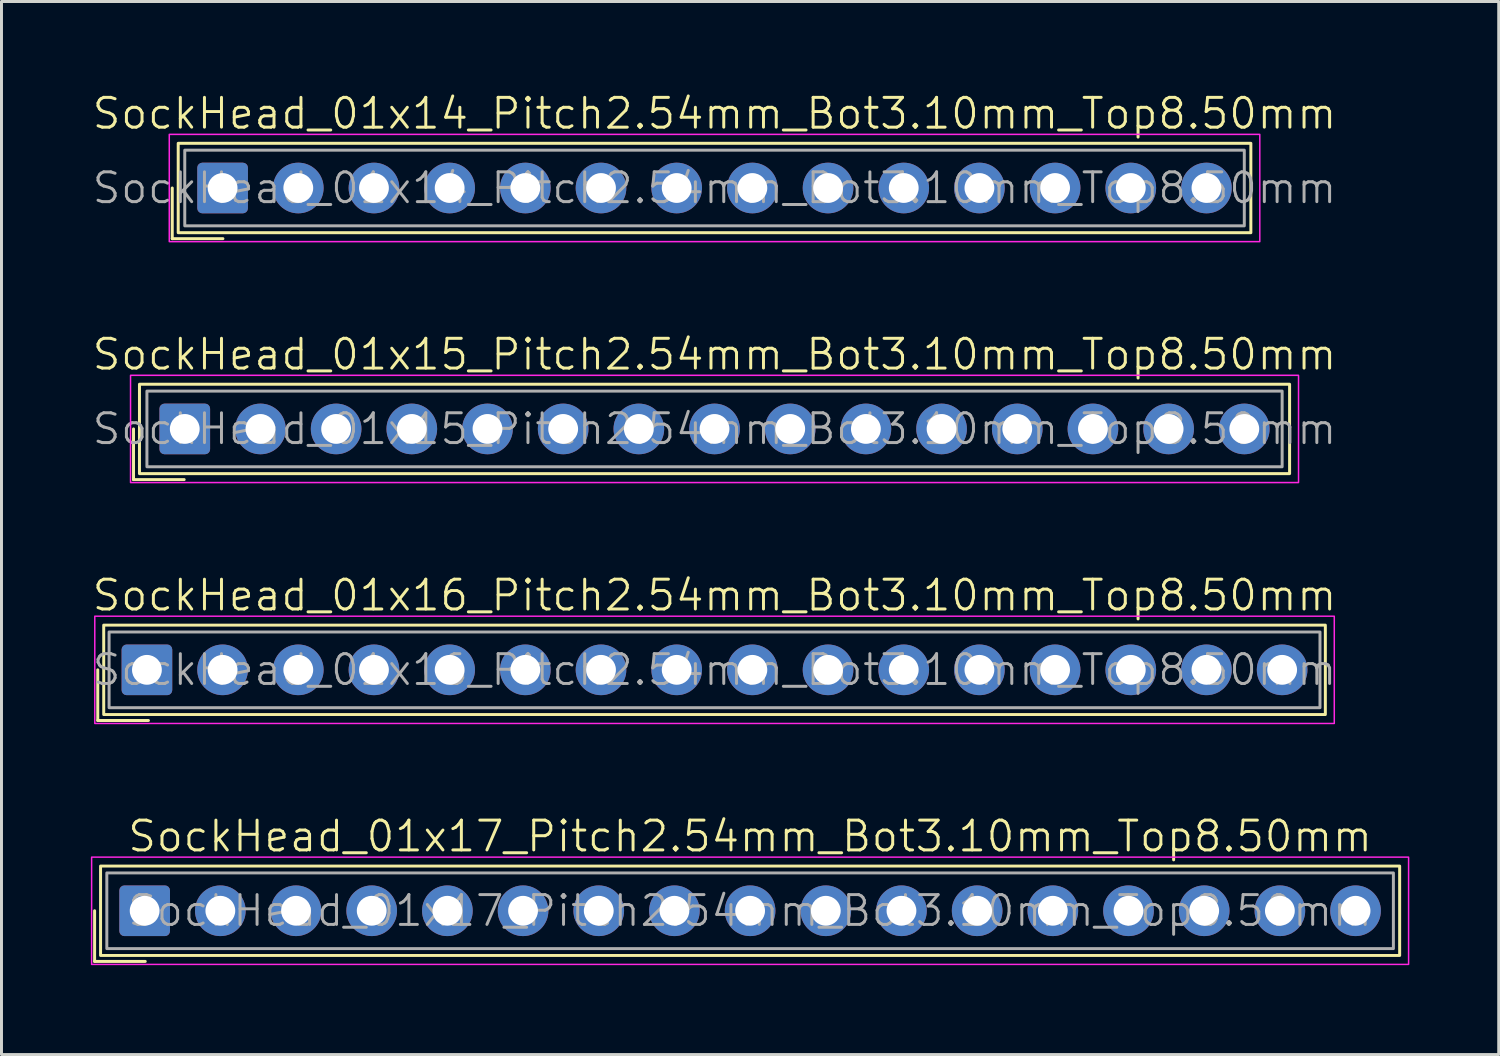
<source format=kicad_pcb>
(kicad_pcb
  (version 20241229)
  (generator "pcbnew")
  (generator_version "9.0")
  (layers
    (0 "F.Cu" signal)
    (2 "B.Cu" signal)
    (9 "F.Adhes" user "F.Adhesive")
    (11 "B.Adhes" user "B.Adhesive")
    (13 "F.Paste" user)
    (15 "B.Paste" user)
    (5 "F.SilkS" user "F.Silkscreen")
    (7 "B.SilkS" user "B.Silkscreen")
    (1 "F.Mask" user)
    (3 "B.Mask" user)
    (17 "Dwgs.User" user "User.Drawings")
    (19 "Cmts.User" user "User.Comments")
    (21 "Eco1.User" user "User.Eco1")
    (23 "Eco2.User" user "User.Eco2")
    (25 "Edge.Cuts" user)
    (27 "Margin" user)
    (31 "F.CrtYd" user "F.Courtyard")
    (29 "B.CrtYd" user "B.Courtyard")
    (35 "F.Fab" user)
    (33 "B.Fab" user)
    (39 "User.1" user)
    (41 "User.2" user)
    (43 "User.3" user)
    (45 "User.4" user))
  (footprint "SockHead_01x15_Pitch2.54mm_Bot3.10mm_Top8.50mm"
    (layer "F.Cu")
    (at 20.931 11.346)
    (property "Reference" "SockHead_01x15_Pitch2.54mm_Bot3.10mm_Top8.50mm" (at 0 -2.5 0) (unlocked yes) (layer "F.SilkS") (effects (font (size 1 1) (thickness 0.1))))
    (attr through_hole)
    (fp_line (start -19.5 0) (end -19.5 1.7) (stroke (width 0.1) (type default)) (layer "F.SilkS"))
    (fp_line (start -19.5 1.7) (end -17.8 1.7) (stroke (width 0.1) (type default)) (layer "F.SilkS"))
    (fp_rect (start -19.3 -1.5) (end 19.3 1.5) (stroke (width 0.1) (type default)) (fill no) (layer "F.SilkS"))
    (fp_rect (start -19.6 1.8) (end 19.6 -1.8) (stroke (width 0.05) (type default)) (fill no) (layer "F.CrtYd"))
    (fp_rect (start -19.05 -1.27) (end 19.05 1.27) (stroke (width 0.1) (type default)) (fill no) (layer "F.Fab"))
    (fp_text user "${REFERENCE}" (at 0 0 0) (unlocked yes) (layer "F.Fab") (effects (font (size 1 1) (thickness 0.1))))
    (pad "1" thru_hole roundrect (at -17.78 0) (size 1.7 1.7) (drill 1) (layers "*.Cu" "*.Mask") (roundrect_rratio 0.1))
    (pad "2" thru_hole circle (at -15.24 0) (size 1.7 1.7) (drill 1) (layers "*.Cu" "*.Mask"))
    (pad "3" thru_hole circle (at -12.7 0) (size 1.7 1.7) (drill 1) (layers "*.Cu" "*.Mask"))
    (pad "4" thru_hole circle (at -10.16 0) (size 1.7 1.7) (drill 1) (layers "*.Cu" "*.Mask"))
    (pad "5" thru_hole circle (at -7.62 0) (size 1.7 1.7) (drill 1) (layers "*.Cu" "*.Mask"))
    (pad "6" thru_hole circle (at -5.08 0) (size 1.7 1.7) (drill 1) (layers "*.Cu" "*.Mask"))
    (pad "7" thru_hole circle (at -2.54 0) (size 1.7 1.7) (drill 1) (layers "*.Cu" "*.Mask"))
    (pad "8" thru_hole circle (at 0 0) (size 1.7 1.7) (drill 1) (layers "*.Cu" "*.Mask"))
    (pad "9" thru_hole circle (at 2.54 0) (size 1.7 1.7) (drill 1) (layers "*.Cu" "*.Mask"))
    (pad "10" thru_hole circle (at 5.08 0) (size 1.7 1.7) (drill 1) (layers "*.Cu" "*.Mask"))
    (pad "11" thru_hole circle (at 7.62 0) (size 1.7 1.7) (drill 1) (layers "*.Cu" "*.Mask"))
    (pad "12" thru_hole circle (at 10.16 0) (size 1.7 1.7) (drill 1) (layers "*.Cu" "*.Mask"))
    (pad "13" thru_hole circle (at 12.7 0) (size 1.7 1.7) (drill 1) (layers "*.Cu" "*.Mask"))
    (pad "14" thru_hole circle (at 15.24 0) (size 1.7 1.7) (drill 1) (layers "*.Cu" "*.Mask"))
    (pad "15" thru_hole circle (at 17.78 0) (size 1.7 1.7) (drill 1) (layers "*.Cu" "*.Mask")))
  (footprint "SockHead_01x14_Pitch2.54mm_Bot3.10mm_Top8.50mm"
    (layer "F.Cu")
    (at 20.931 3.26)
    (property "Reference" "SockHead_01x14_Pitch2.54mm_Bot3.10mm_Top8.50mm" (at 0 -2.5 0) (unlocked yes) (layer "F.SilkS") (effects (font (size 1 1) (thickness 0.1))))
    (attr through_hole)
    (fp_line (start -18.2 0) (end -18.2 1.7) (stroke (width 0.1) (type default)) (layer "F.SilkS"))
    (fp_line (start -18.2 1.7) (end -16.5 1.7) (stroke (width 0.1) (type default)) (layer "F.SilkS"))
    (fp_rect (start -18 -1.5) (end 18 1.5) (stroke (width 0.1) (type default)) (fill no) (layer "F.SilkS"))
    (fp_rect (start -18.3 1.8) (end 18.3 -1.8) (stroke (width 0.05) (type default)) (fill no) (layer "F.CrtYd"))
    (fp_rect (start -17.78 -1.27) (end 17.78 1.27) (stroke (width 0.1) (type default)) (fill no) (layer "F.Fab"))
    (fp_text user "${REFERENCE}" (at 0 0 0) (unlocked yes) (layer "F.Fab") (effects (font (size 1 1) (thickness 0.1))))
    (pad "1" thru_hole roundrect (at -16.51 0) (size 1.7 1.7) (drill 1) (layers "*.Cu" "*.Mask") (roundrect_rratio 0.1))
    (pad "2" thru_hole circle (at -13.97 0) (size 1.7 1.7) (drill 1) (layers "*.Cu" "*.Mask"))
    (pad "3" thru_hole circle (at -11.43 0) (size 1.7 1.7) (drill 1) (layers "*.Cu" "*.Mask"))
    (pad "4" thru_hole circle (at -8.89 0) (size 1.7 1.7) (drill 1) (layers "*.Cu" "*.Mask"))
    (pad "5" thru_hole circle (at -6.35 0) (size 1.7 1.7) (drill 1) (layers "*.Cu" "*.Mask"))
    (pad "6" thru_hole circle (at -3.81 0) (size 1.7 1.7) (drill 1) (layers "*.Cu" "*.Mask"))
    (pad "7" thru_hole circle (at -1.27 0) (size 1.7 1.7) (drill 1) (layers "*.Cu" "*.Mask"))
    (pad "8" thru_hole circle (at 1.27 0) (size 1.7 1.7) (drill 1) (layers "*.Cu" "*.Mask"))
    (pad "9" thru_hole circle (at 3.81 0) (size 1.7 1.7) (drill 1) (layers "*.Cu" "*.Mask"))
    (pad "10" thru_hole circle (at 6.35 0) (size 1.7 1.7) (drill 1) (layers "*.Cu" "*.Mask"))
    (pad "11" thru_hole circle (at 8.89 0) (size 1.7 1.7) (drill 1) (layers "*.Cu" "*.Mask"))
    (pad "12" thru_hole circle (at 11.43 0) (size 1.7 1.7) (drill 1) (layers "*.Cu" "*.Mask"))
    (pad "13" thru_hole circle (at 13.97 0) (size 1.7 1.7) (drill 1) (layers "*.Cu" "*.Mask"))
    (pad "14" thru_hole circle (at 16.51 0) (size 1.7 1.7) (drill 1) (layers "*.Cu" "*.Mask")))
  (footprint "SockHead_01x17_Pitch2.54mm_Bot3.10mm_Top8.50mm"
    (layer "F.Cu")
    (at 22.125 27.517)
    (property "Reference" "SockHead_01x17_Pitch2.54mm_Bot3.10mm_Top8.50mm" (at 0 -2.5 0) (unlocked yes) (layer "F.SilkS") (effects (font (size 1 1) (thickness 0.1))))
    (attr through_hole)
    (fp_line (start -22 0) (end -22 1.7) (stroke (width 0.1) (type default)) (layer "F.SilkS"))
    (fp_line (start -22 1.7) (end -20.3 1.7) (stroke (width 0.1) (type default)) (layer "F.SilkS"))
    (fp_rect (start -21.8 -1.5) (end 21.8 1.5) (stroke (width 0.1) (type default)) (fill no) (layer "F.SilkS"))
    (fp_rect (start -22.1 1.8) (end 22.1 -1.8) (stroke (width 0.05) (type default)) (fill no) (layer "F.CrtYd"))
    (fp_rect (start -21.59 -1.27) (end 21.59 1.27) (stroke (width 0.1) (type default)) (fill no) (layer "F.Fab"))
    (fp_text user "${REFERENCE}" (at 0 0 0) (unlocked yes) (layer "F.Fab") (effects (font (size 1 1) (thickness 0.1))))
    (pad "1" thru_hole roundrect (at -20.32 0) (size 1.7 1.7) (drill 1) (layers "*.Cu" "*.Mask") (roundrect_rratio 0.1))
    (pad "2" thru_hole circle (at -17.78 0) (size 1.7 1.7) (drill 1) (layers "*.Cu" "*.Mask"))
    (pad "3" thru_hole circle (at -15.24 0) (size 1.7 1.7) (drill 1) (layers "*.Cu" "*.Mask"))
    (pad "4" thru_hole circle (at -12.7 0) (size 1.7 1.7) (drill 1) (layers "*.Cu" "*.Mask"))
    (pad "5" thru_hole circle (at -10.16 0) (size 1.7 1.7) (drill 1) (layers "*.Cu" "*.Mask"))
    (pad "6" thru_hole circle (at -7.62 0) (size 1.7 1.7) (drill 1) (layers "*.Cu" "*.Mask"))
    (pad "7" thru_hole circle (at -5.08 0) (size 1.7 1.7) (drill 1) (layers "*.Cu" "*.Mask"))
    (pad "8" thru_hole circle (at -2.54 0) (size 1.7 1.7) (drill 1) (layers "*.Cu" "*.Mask"))
    (pad "9" thru_hole circle (at 0 0) (size 1.7 1.7) (drill 1) (layers "*.Cu" "*.Mask"))
    (pad "10" thru_hole circle (at 2.54 0) (size 1.7 1.7) (drill 1) (layers "*.Cu" "*.Mask"))
    (pad "11" thru_hole circle (at 5.08 0) (size 1.7 1.7) (drill 1) (layers "*.Cu" "*.Mask"))
    (pad "12" thru_hole circle (at 7.62 0) (size 1.7 1.7) (drill 1) (layers "*.Cu" "*.Mask"))
    (pad "13" thru_hole circle (at 10.16 0) (size 1.7 1.7) (drill 1) (layers "*.Cu" "*.Mask"))
    (pad "14" thru_hole circle (at 12.7 0) (size 1.7 1.7) (drill 1) (layers "*.Cu" "*.Mask"))
    (pad "15" thru_hole circle (at 15.24 0) (size 1.7 1.7) (drill 1) (layers "*.Cu" "*.Mask"))
    (pad "16" thru_hole circle (at 17.78 0) (size 1.7 1.7) (drill 1) (layers "*.Cu" "*.Mask"))
    (pad "17" thru_hole circle (at 20.32 0) (size 1.7 1.7) (drill 1) (layers "*.Cu" "*.Mask")))
  (footprint "SockHead_01x16_Pitch2.54mm_Bot3.10mm_Top8.50mm"
    (layer "F.Cu")
    (at 20.931 19.431)
    (property "Reference" "SockHead_01x16_Pitch2.54mm_Bot3.10mm_Top8.50mm" (at 0 -2.5 0) (unlocked yes) (layer "F.SilkS") (effects (font (size 1 1) (thickness 0.1))))
    (attr through_hole)
    (fp_line (start -20.7 0) (end -20.7 1.7) (stroke (width 0.1) (type default)) (layer "F.SilkS"))
    (fp_line (start -20.7 1.7) (end -19 1.7) (stroke (width 0.1) (type default)) (layer "F.SilkS"))
    (fp_rect (start -20.5 -1.5) (end 20.5 1.5) (stroke (width 0.1) (type default)) (fill no) (layer "F.SilkS"))
    (fp_rect (start -20.8 1.8) (end 20.8 -1.8) (stroke (width 0.05) (type default)) (fill no) (layer "F.CrtYd"))
    (fp_rect (start -20.32 -1.27) (end 20.32 1.27) (stroke (width 0.1) (type default)) (fill no) (layer "F.Fab"))
    (fp_text user "${REFERENCE}" (at 0 0 0) (unlocked yes) (layer "F.Fab") (effects (font (size 1 1) (thickness 0.1))))
    (pad "1" thru_hole roundrect (at -19.05 0) (size 1.7 1.7) (drill 1) (layers "*.Cu" "*.Mask") (roundrect_rratio 0.1))
    (pad "2" thru_hole circle (at -16.51 0) (size 1.7 1.7) (drill 1) (layers "*.Cu" "*.Mask"))
    (pad "3" thru_hole circle (at -13.97 0) (size 1.7 1.7) (drill 1) (layers "*.Cu" "*.Mask"))
    (pad "4" thru_hole circle (at -11.43 0) (size 1.7 1.7) (drill 1) (layers "*.Cu" "*.Mask"))
    (pad "5" thru_hole circle (at -8.89 0) (size 1.7 1.7) (drill 1) (layers "*.Cu" "*.Mask"))
    (pad "6" thru_hole circle (at -6.35 0) (size 1.7 1.7) (drill 1) (layers "*.Cu" "*.Mask"))
    (pad "7" thru_hole circle (at -3.81 0) (size 1.7 1.7) (drill 1) (layers "*.Cu" "*.Mask"))
    (pad "8" thru_hole circle (at -1.27 0) (size 1.7 1.7) (drill 1) (layers "*.Cu" "*.Mask"))
    (pad "9" thru_hole circle (at 1.27 0) (size 1.7 1.7) (drill 1) (layers "*.Cu" "*.Mask"))
    (pad "10" thru_hole circle (at 3.81 0) (size 1.7 1.7) (drill 1) (layers "*.Cu" "*.Mask"))
    (pad "11" thru_hole circle (at 6.35 0) (size 1.7 1.7) (drill 1) (layers "*.Cu" "*.Mask"))
    (pad "12" thru_hole circle (at 8.89 0) (size 1.7 1.7) (drill 1) (layers "*.Cu" "*.Mask"))
    (pad "13" thru_hole circle (at 11.43 0) (size 1.7 1.7) (drill 1) (layers "*.Cu" "*.Mask"))
    (pad "14" thru_hole circle (at 13.97 0) (size 1.7 1.7) (drill 1) (layers "*.Cu" "*.Mask"))
    (pad "15" thru_hole circle (at 16.51 0) (size 1.7 1.7) (drill 1) (layers "*.Cu" "*.Mask"))
    (pad "16" thru_hole circle (at 19.05 0) (size 1.7 1.7) (drill 1) (layers "*.Cu" "*.Mask")))
  (gr_rect
    (start -3 -3)
    (end 47.25 32.342)
    (stroke (width 0.1) (type default))
    (fill no)
    (layer "Edge.Cuts")))
</source>
